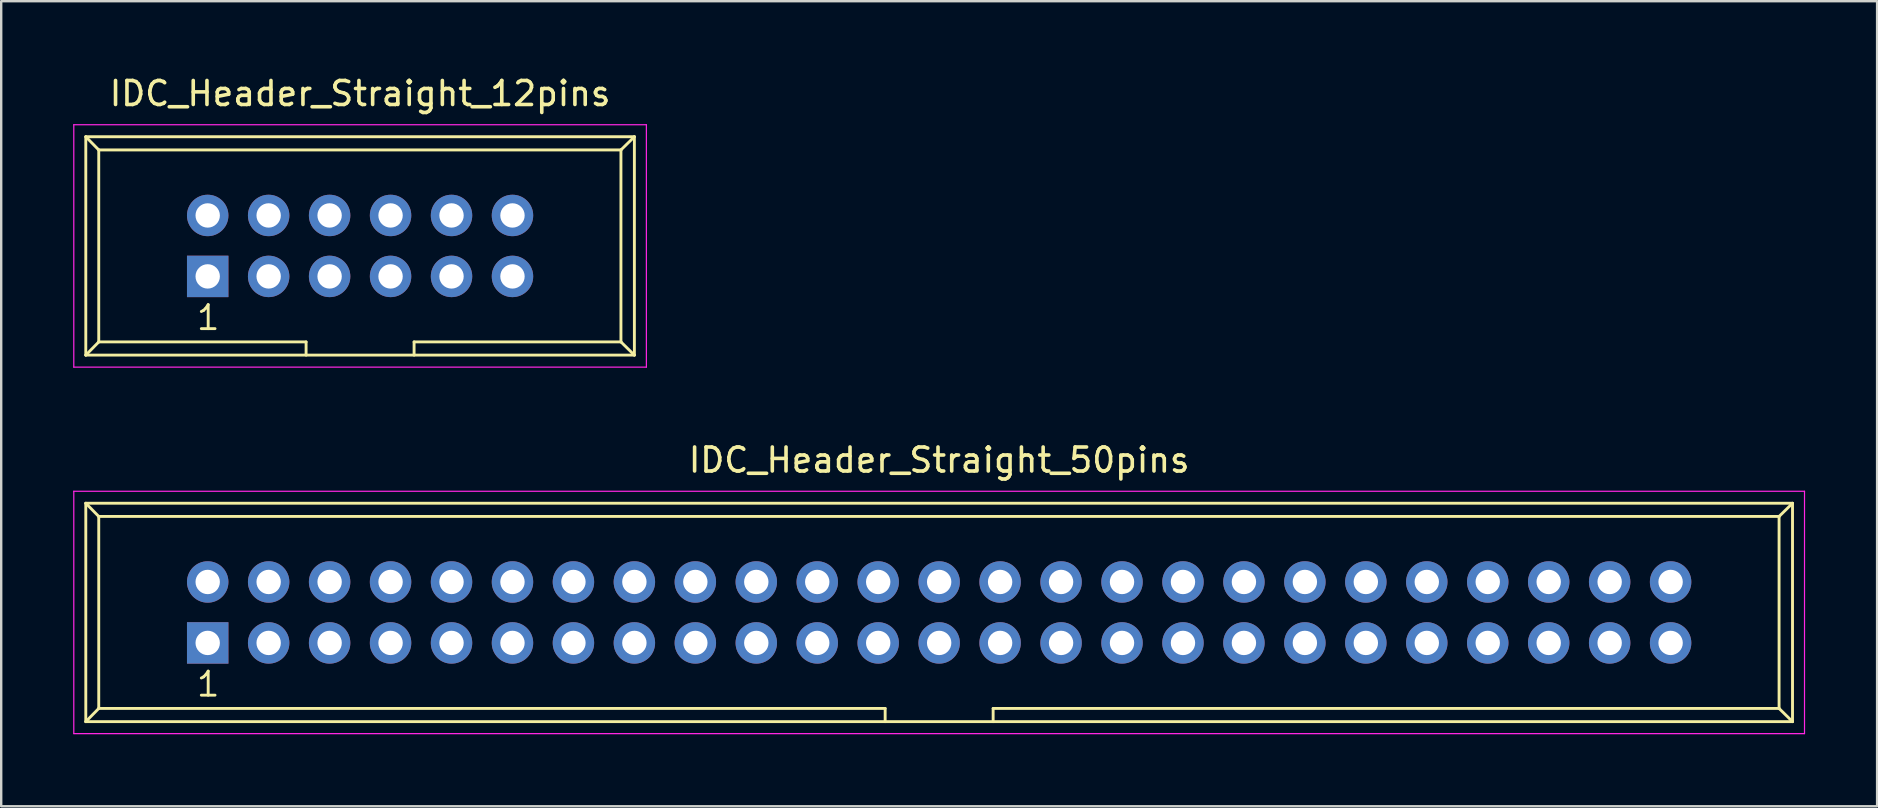
<source format=kicad_pcb>
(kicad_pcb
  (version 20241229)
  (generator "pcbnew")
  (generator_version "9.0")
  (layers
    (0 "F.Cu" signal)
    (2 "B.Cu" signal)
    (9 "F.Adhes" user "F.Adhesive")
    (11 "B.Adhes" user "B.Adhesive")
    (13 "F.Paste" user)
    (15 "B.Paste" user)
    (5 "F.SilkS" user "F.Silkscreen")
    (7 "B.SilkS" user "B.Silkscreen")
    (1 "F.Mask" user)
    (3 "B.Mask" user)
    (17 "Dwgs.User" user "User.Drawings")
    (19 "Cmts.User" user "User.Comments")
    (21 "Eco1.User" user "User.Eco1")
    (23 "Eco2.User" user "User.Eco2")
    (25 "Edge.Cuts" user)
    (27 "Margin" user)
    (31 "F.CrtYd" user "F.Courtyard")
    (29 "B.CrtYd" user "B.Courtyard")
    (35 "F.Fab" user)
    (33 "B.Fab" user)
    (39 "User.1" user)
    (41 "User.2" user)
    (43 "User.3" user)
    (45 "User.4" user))
  (footprint "IDC_Header_Straight_50pins"
    (layer "F.Cu")
    (at 5.605 23.741)
    (property "Reference" "IDC_Header_Straight_50pins" (at 30.48 -7.62 0) (layer "F.SilkS") (effects (font (size 1 1) (thickness 0.15))))
    (attr through_hole)
    (fp_line (start -5.08 -5.82) (end -5.08 3.28) (stroke (width 0.12) (type solid)) (layer "F.SilkS"))
    (fp_line (start -5.08 -5.82) (end -4.54 -5.27) (stroke (width 0.12) (type solid)) (layer "F.SilkS"))
    (fp_line (start -5.08 -5.82) (end 66.04 -5.82) (stroke (width 0.12) (type solid)) (layer "F.SilkS"))
    (fp_line (start -5.08 3.28) (end -4.54 2.73) (stroke (width 0.12) (type solid)) (layer "F.SilkS"))
    (fp_line (start -5.08 3.28) (end 66.04 3.28) (stroke (width 0.12) (type solid)) (layer "F.SilkS"))
    (fp_line (start -4.54 -5.27) (end -4.54 2.73) (stroke (width 0.12) (type solid)) (layer "F.SilkS"))
    (fp_line (start -4.54 -5.27) (end 65.48 -5.27) (stroke (width 0.12) (type solid)) (layer "F.SilkS"))
    (fp_line (start -4.54 2.73) (end 28.23 2.73) (stroke (width 0.12) (type solid)) (layer "F.SilkS"))
    (fp_line (start 28.23 2.73) (end 28.23 3.28) (stroke (width 0.12) (type solid)) (layer "F.SilkS"))
    (fp_line (start 32.73 2.73) (end 32.73 3.28) (stroke (width 0.12) (type solid)) (layer "F.SilkS"))
    (fp_line (start 32.73 2.73) (end 65.48 2.73) (stroke (width 0.12) (type solid)) (layer "F.SilkS"))
    (fp_line (start 65.48 -5.27) (end 65.48 2.73) (stroke (width 0.12) (type solid)) (layer "F.SilkS"))
    (fp_line (start 66.04 -5.82) (end 65.48 -5.27) (stroke (width 0.12) (type solid)) (layer "F.SilkS"))
    (fp_line (start 66.04 -5.82) (end 66.04 3.28) (stroke (width 0.12) (type solid)) (layer "F.SilkS"))
    (fp_line (start 66.04 3.28) (end 65.48 2.73) (stroke (width 0.12) (type solid)) (layer "F.SilkS"))
    (fp_line (start -5.58 -6.32) (end 66.54 -6.32) (stroke (width 0.05) (type solid)) (layer "F.CrtYd"))
    (fp_line (start -5.58 3.78) (end -5.58 -6.32) (stroke (width 0.05) (type solid)) (layer "F.CrtYd"))
    (fp_line (start 66.54 -6.32) (end 66.54 3.78) (stroke (width 0.05) (type solid)) (layer "F.CrtYd"))
    (fp_line (start 66.54 3.78) (end -5.58 3.78) (stroke (width 0.05) (type solid)) (layer "F.CrtYd"))
    (fp_text user "1" (at 0.02 1.72 0) (layer "F.SilkS") (effects (font (size 1 1) (thickness 0.12))))
    (pad "1" thru_hole rect (at 0 0) (size 1.727 1.727) (drill 1.016) (layers "*.Cu" "*.Mask"))
    (pad "2" thru_hole oval (at 0 -2.54) (size 1.727 1.727) (drill 1.016) (layers "*.Cu" "*.Mask"))
    (pad "3" thru_hole oval (at 2.54 0) (size 1.727 1.727) (drill 1.016) (layers "*.Cu" "*.Mask"))
    (pad "4" thru_hole oval (at 2.54 -2.54) (size 1.727 1.727) (drill 1.016) (layers "*.Cu" "*.Mask"))
    (pad "5" thru_hole oval (at 5.08 0) (size 1.727 1.727) (drill 1.016) (layers "*.Cu" "*.Mask"))
    (pad "6" thru_hole oval (at 5.08 -2.54) (size 1.727 1.727) (drill 1.016) (layers "*.Cu" "*.Mask"))
    (pad "7" thru_hole oval (at 7.62 0) (size 1.727 1.727) (drill 1.016) (layers "*.Cu" "*.Mask"))
    (pad "8" thru_hole oval (at 7.62 -2.54) (size 1.727 1.727) (drill 1.016) (layers "*.Cu" "*.Mask"))
    (pad "9" thru_hole oval (at 10.16 0) (size 1.727 1.727) (drill 1.016) (layers "*.Cu" "*.Mask"))
    (pad "10" thru_hole oval (at 10.16 -2.54) (size 1.727 1.727) (drill 1.016) (layers "*.Cu" "*.Mask"))
    (pad "11" thru_hole oval (at 12.7 0) (size 1.727 1.727) (drill 1.016) (layers "*.Cu" "*.Mask"))
    (pad "12" thru_hole oval (at 12.7 -2.54) (size 1.727 1.727) (drill 1.016) (layers "*.Cu" "*.Mask"))
    (pad "13" thru_hole oval (at 15.24 0) (size 1.727 1.727) (drill 1.016) (layers "*.Cu" "*.Mask"))
    (pad "14" thru_hole oval (at 15.24 -2.54) (size 1.727 1.727) (drill 1.016) (layers "*.Cu" "*.Mask"))
    (pad "15" thru_hole oval (at 17.78 0) (size 1.727 1.727) (drill 1.016) (layers "*.Cu" "*.Mask"))
    (pad "16" thru_hole oval (at 17.78 -2.54) (size 1.727 1.727) (drill 1.016) (layers "*.Cu" "*.Mask"))
    (pad "17" thru_hole oval (at 20.32 0) (size 1.727 1.727) (drill 1.016) (layers "*.Cu" "*.Mask"))
    (pad "18" thru_hole oval (at 20.32 -2.54) (size 1.727 1.727) (drill 1.016) (layers "*.Cu" "*.Mask"))
    (pad "19" thru_hole oval (at 22.86 0) (size 1.727 1.727) (drill 1.016) (layers "*.Cu" "*.Mask"))
    (pad "20" thru_hole oval (at 22.86 -2.54) (size 1.727 1.727) (drill 1.016) (layers "*.Cu" "*.Mask"))
    (pad "21" thru_hole oval (at 25.4 0) (size 1.727 1.727) (drill 1.016) (layers "*.Cu" "*.Mask"))
    (pad "22" thru_hole oval (at 25.4 -2.54) (size 1.727 1.727) (drill 1.016) (layers "*.Cu" "*.Mask"))
    (pad "23" thru_hole oval (at 27.94 0) (size 1.727 1.727) (drill 1.016) (layers "*.Cu" "*.Mask"))
    (pad "24" thru_hole oval (at 27.94 -2.54) (size 1.727 1.727) (drill 1.016) (layers "*.Cu" "*.Mask"))
    (pad "25" thru_hole oval (at 30.48 0) (size 1.727 1.727) (drill 1.016) (layers "*.Cu" "*.Mask"))
    (pad "26" thru_hole oval (at 30.48 -2.54) (size 1.727 1.727) (drill 1.016) (layers "*.Cu" "*.Mask"))
    (pad "27" thru_hole oval (at 33.02 0) (size 1.727 1.727) (drill 1.016) (layers "*.Cu" "*.Mask"))
    (pad "28" thru_hole oval (at 33.02 -2.54) (size 1.727 1.727) (drill 1.016) (layers "*.Cu" "*.Mask"))
    (pad "29" thru_hole oval (at 35.56 0) (size 1.727 1.727) (drill 1.016) (layers "*.Cu" "*.Mask"))
    (pad "30" thru_hole oval (at 35.56 -2.54) (size 1.727 1.727) (drill 1.016) (layers "*.Cu" "*.Mask"))
    (pad "31" thru_hole oval (at 38.1 0) (size 1.727 1.727) (drill 1.016) (layers "*.Cu" "*.Mask"))
    (pad "32" thru_hole oval (at 38.1 -2.54) (size 1.727 1.727) (drill 1.016) (layers "*.Cu" "*.Mask"))
    (pad "33" thru_hole oval (at 40.64 0) (size 1.727 1.727) (drill 1.016) (layers "*.Cu" "*.Mask"))
    (pad "34" thru_hole oval (at 40.64 -2.54) (size 1.727 1.727) (drill 1.016) (layers "*.Cu" "*.Mask"))
    (pad "35" thru_hole oval (at 43.18 0) (size 1.727 1.727) (drill 1.016) (layers "*.Cu" "*.Mask"))
    (pad "36" thru_hole oval (at 43.18 -2.54) (size 1.727 1.727) (drill 1.016) (layers "*.Cu" "*.Mask"))
    (pad "37" thru_hole oval (at 45.72 0) (size 1.727 1.727) (drill 1.016) (layers "*.Cu" "*.Mask"))
    (pad "38" thru_hole oval (at 45.72 -2.54) (size 1.727 1.727) (drill 1.016) (layers "*.Cu" "*.Mask"))
    (pad "39" thru_hole oval (at 48.26 0) (size 1.727 1.727) (drill 1.016) (layers "*.Cu" "*.Mask"))
    (pad "40" thru_hole oval (at 48.26 -2.54) (size 1.727 1.727) (drill 1.016) (layers "*.Cu" "*.Mask"))
    (pad "41" thru_hole oval (at 50.8 0) (size 1.727 1.727) (drill 1.016) (layers "*.Cu" "*.Mask"))
    (pad "42" thru_hole oval (at 50.8 -2.54) (size 1.727 1.727) (drill 1.016) (layers "*.Cu" "*.Mask"))
    (pad "43" thru_hole oval (at 53.34 0) (size 1.727 1.727) (drill 1.016) (layers "*.Cu" "*.Mask"))
    (pad "44" thru_hole oval (at 53.34 -2.54) (size 1.727 1.727) (drill 1.016) (layers "*.Cu" "*.Mask"))
    (pad "45" thru_hole oval (at 55.88 0) (size 1.727 1.727) (drill 1.016) (layers "*.Cu" "*.Mask"))
    (pad "46" thru_hole oval (at 55.88 -2.54) (size 1.727 1.727) (drill 1.016) (layers "*.Cu" "*.Mask"))
    (pad "47" thru_hole oval (at 58.42 0) (size 1.727 1.727) (drill 1.016) (layers "*.Cu" "*.Mask"))
    (pad "48" thru_hole oval (at 58.42 -2.54) (size 1.727 1.727) (drill 1.016) (layers "*.Cu" "*.Mask"))
    (pad "49" thru_hole oval (at 60.96 0) (size 1.727 1.727) (drill 1.016) (layers "*.Cu" "*.Mask"))
    (pad "50" thru_hole oval (at 60.96 -2.54) (size 1.727 1.727) (drill 1.016) (layers "*.Cu" "*.Mask")))
  (footprint "IDC_Header_Straight_12pins"
    (layer "F.Cu")
    (at 5.605 8.468)
    (property "Reference" "IDC_Header_Straight_12pins" (at 6.35 -7.62 0) (layer "F.SilkS") (effects (font (size 1 1) (thickness 0.15))))
    (attr through_hole)
    (fp_line (start -5.08 -5.82) (end -5.08 3.28) (stroke (width 0.12) (type solid)) (layer "F.SilkS"))
    (fp_line (start -5.08 -5.82) (end -4.54 -5.27) (stroke (width 0.12) (type solid)) (layer "F.SilkS"))
    (fp_line (start -5.08 -5.82) (end 17.78 -5.82) (stroke (width 0.12) (type solid)) (layer "F.SilkS"))
    (fp_line (start -5.08 3.28) (end -4.54 2.73) (stroke (width 0.12) (type solid)) (layer "F.SilkS"))
    (fp_line (start -5.08 3.28) (end 17.78 3.28) (stroke (width 0.12) (type solid)) (layer "F.SilkS"))
    (fp_line (start -4.54 -5.27) (end -4.54 2.73) (stroke (width 0.12) (type solid)) (layer "F.SilkS"))
    (fp_line (start -4.54 -5.27) (end 17.22 -5.27) (stroke (width 0.12) (type solid)) (layer "F.SilkS"))
    (fp_line (start -4.54 2.73) (end 4.1 2.73) (stroke (width 0.12) (type solid)) (layer "F.SilkS"))
    (fp_line (start 4.1 2.73) (end 4.1 3.28) (stroke (width 0.12) (type solid)) (layer "F.SilkS"))
    (fp_line (start 8.6 2.73) (end 8.6 3.28) (stroke (width 0.12) (type solid)) (layer "F.SilkS"))
    (fp_line (start 8.6 2.73) (end 17.22 2.73) (stroke (width 0.12) (type solid)) (layer "F.SilkS"))
    (fp_line (start 17.22 -5.27) (end 17.22 2.73) (stroke (width 0.12) (type solid)) (layer "F.SilkS"))
    (fp_line (start 17.78 -5.82) (end 17.22 -5.27) (stroke (width 0.12) (type solid)) (layer "F.SilkS"))
    (fp_line (start 17.78 -5.82) (end 17.78 3.28) (stroke (width 0.12) (type solid)) (layer "F.SilkS"))
    (fp_line (start 17.78 3.28) (end 17.22 2.73) (stroke (width 0.12) (type solid)) (layer "F.SilkS"))
    (fp_line (start -5.58 -6.32) (end 18.28 -6.32) (stroke (width 0.05) (type solid)) (layer "F.CrtYd"))
    (fp_line (start -5.58 3.78) (end -5.58 -6.32) (stroke (width 0.05) (type solid)) (layer "F.CrtYd"))
    (fp_line (start 18.28 -6.32) (end 18.28 3.78) (stroke (width 0.05) (type solid)) (layer "F.CrtYd"))
    (fp_line (start 18.28 3.78) (end -5.58 3.78) (stroke (width 0.05) (type solid)) (layer "F.CrtYd"))
    (fp_text user "1" (at 0.02 1.72 0) (layer "F.SilkS") (effects (font (size 1 1) (thickness 0.12))))
    (pad "1" thru_hole rect (at 0 0) (size 1.727 1.727) (drill 1.016) (layers "*.Cu" "*.Mask"))
    (pad "2" thru_hole oval (at 0 -2.54) (size 1.727 1.727) (drill 1.016) (layers "*.Cu" "*.Mask"))
    (pad "3" thru_hole oval (at 2.54 0) (size 1.727 1.727) (drill 1.016) (layers "*.Cu" "*.Mask"))
    (pad "4" thru_hole oval (at 2.54 -2.54) (size 1.727 1.727) (drill 1.016) (layers "*.Cu" "*.Mask"))
    (pad "5" thru_hole oval (at 5.08 0) (size 1.727 1.727) (drill 1.016) (layers "*.Cu" "*.Mask"))
    (pad "6" thru_hole oval (at 5.08 -2.54) (size 1.727 1.727) (drill 1.016) (layers "*.Cu" "*.Mask"))
    (pad "7" thru_hole oval (at 7.62 0) (size 1.727 1.727) (drill 1.016) (layers "*.Cu" "*.Mask"))
    (pad "8" thru_hole oval (at 7.62 -2.54) (size 1.727 1.727) (drill 1.016) (layers "*.Cu" "*.Mask"))
    (pad "9" thru_hole oval (at 10.16 0) (size 1.727 1.727) (drill 1.016) (layers "*.Cu" "*.Mask"))
    (pad "10" thru_hole oval (at 10.16 -2.54) (size 1.727 1.727) (drill 1.016) (layers "*.Cu" "*.Mask"))
    (pad "11" thru_hole oval (at 12.7 0) (size 1.727 1.727) (drill 1.016) (layers "*.Cu" "*.Mask"))
    (pad "12" thru_hole oval (at 12.7 -2.54) (size 1.727 1.727) (drill 1.016) (layers "*.Cu" "*.Mask")))
  (gr_rect
    (start -3 -3)
    (end 75.17 30.547)
    (stroke (width 0.1) (type default))
    (fill no)
    (layer "Edge.Cuts")))
</source>
